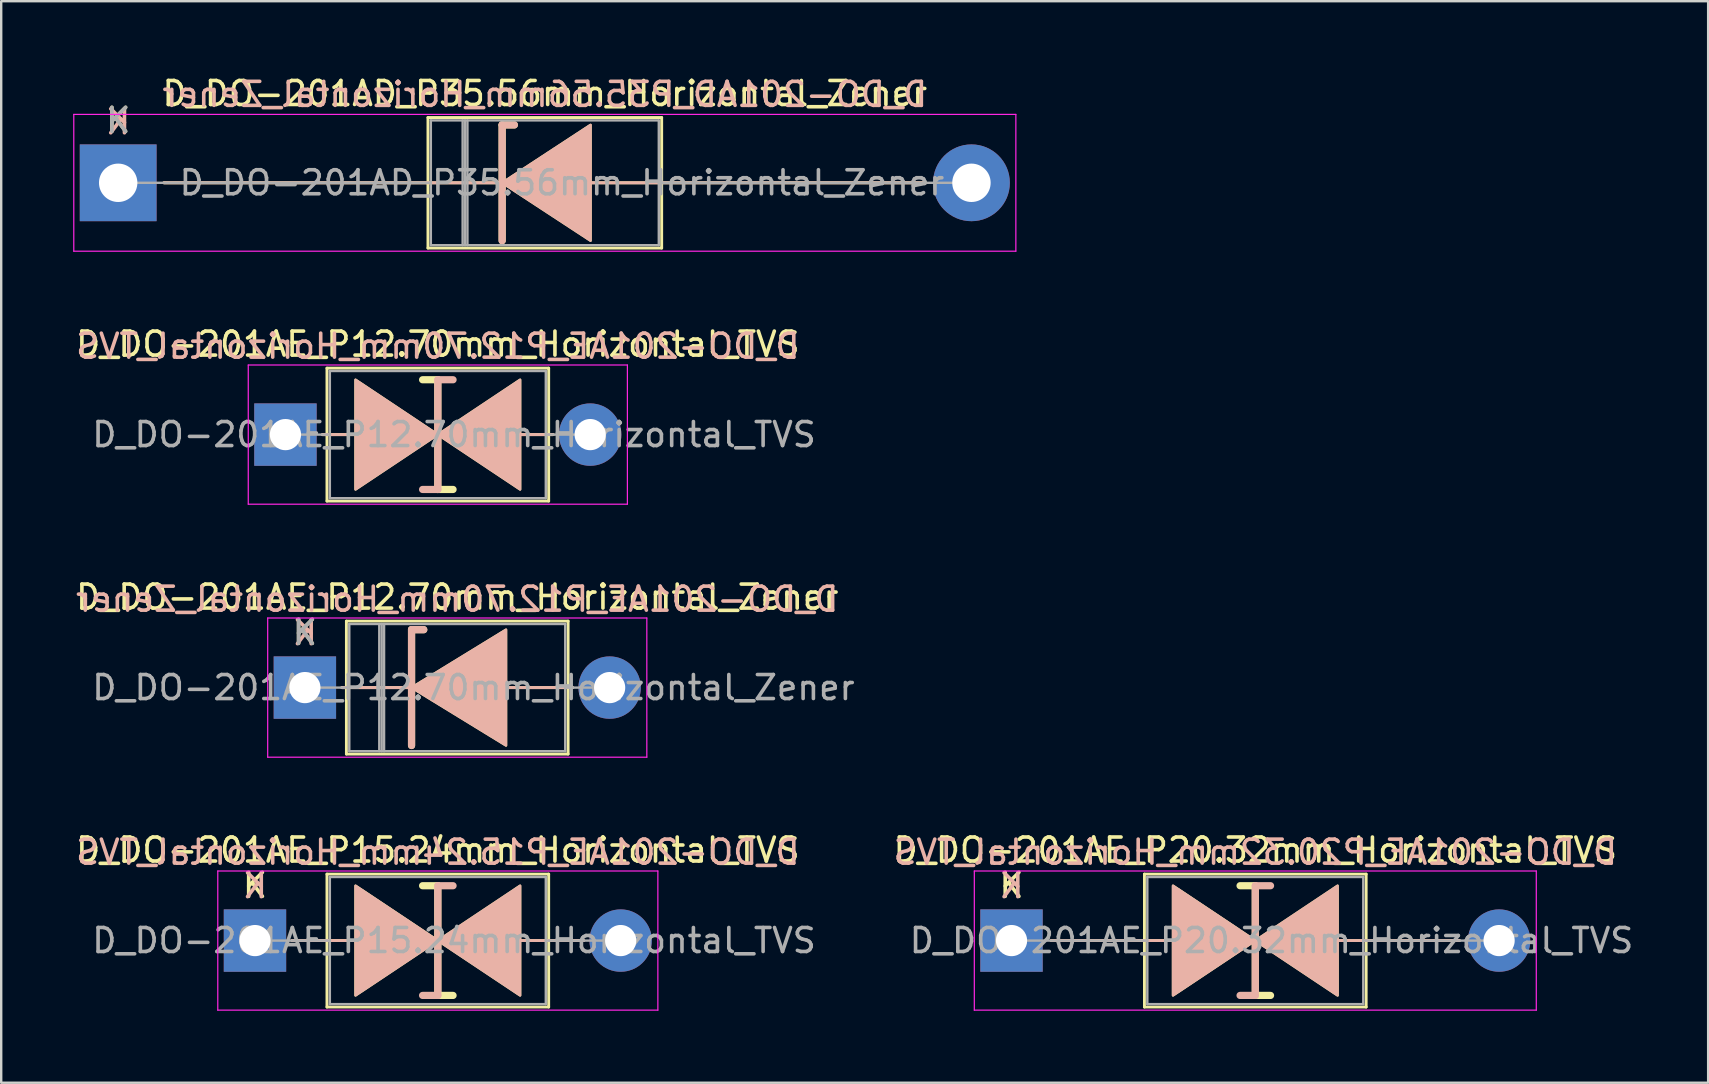
<source format=kicad_pcb>
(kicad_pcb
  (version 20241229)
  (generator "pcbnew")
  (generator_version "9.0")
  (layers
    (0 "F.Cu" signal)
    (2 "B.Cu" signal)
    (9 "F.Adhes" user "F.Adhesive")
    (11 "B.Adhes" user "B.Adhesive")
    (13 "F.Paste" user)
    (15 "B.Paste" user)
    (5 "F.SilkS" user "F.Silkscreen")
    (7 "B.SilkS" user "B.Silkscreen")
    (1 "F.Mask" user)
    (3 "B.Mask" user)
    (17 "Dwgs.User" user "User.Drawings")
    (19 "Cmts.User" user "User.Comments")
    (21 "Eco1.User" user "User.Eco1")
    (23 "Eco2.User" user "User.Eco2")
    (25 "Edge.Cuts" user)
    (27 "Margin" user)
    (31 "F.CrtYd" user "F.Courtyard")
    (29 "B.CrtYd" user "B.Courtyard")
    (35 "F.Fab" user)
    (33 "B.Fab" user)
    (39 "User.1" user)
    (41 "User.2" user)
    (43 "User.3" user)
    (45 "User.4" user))
  (footprint "D_DO-201AE_P15.24mm_Horizontal_TVS"
    (layer "F.Cu")
    (at 7.576 36.148)
    (property "Reference" "D_DO-201AE_P15.24mm_Horizontal_TVS" (at 7.62 -3.77 0) (layer "F.SilkS") (effects (font (size 1 1) (thickness 0.15))))
    (fp_line (start 1.54 0) (end 3 0) (stroke (width 0.12) (type solid)) (layer "F.SilkS"))
    (fp_line (start 3 -2.77) (end 3 2.77) (stroke (width 0.12) (type solid)) (layer "F.SilkS"))
    (fp_line (start 3 0) (end 4.191 0) (stroke (width 0.12) (type solid)) (layer "F.SilkS"))
    (fp_line (start 3 2.77) (end 12.24 2.77) (stroke (width 0.12) (type solid)) (layer "F.SilkS"))
    (fp_line (start 7.62 -2.286) (end 6.985 -2.286) (stroke (width 0.3) (type solid)) (layer "F.SilkS"))
    (fp_line (start 7.62 2.286) (end 7.62 -2.286) (stroke (width 0.3) (type solid)) (layer "F.SilkS"))
    (fp_line (start 8.255 2.286) (end 7.62 2.286) (stroke (width 0.3) (type solid)) (layer "F.SilkS"))
    (fp_line (start 11.049 0) (end 12.24 0) (stroke (width 0.12) (type solid)) (layer "F.SilkS"))
    (fp_line (start 12.24 -2.77) (end 3 -2.77) (stroke (width 0.12) (type solid)) (layer "F.SilkS"))
    (fp_line (start 12.24 2.77) (end 12.24 -2.77) (stroke (width 0.12) (type solid)) (layer "F.SilkS"))
    (fp_line (start 13.7 0) (end 12.24 0) (stroke (width 0.12) (type solid)) (layer "F.SilkS"))
    (fp_poly (pts (xy 7.62 0) (xy 4.191 2.286) (xy 4.191 -2.286)) (stroke (width 0.1) (type solid)) (fill yes) (layer "F.SilkS"))
    (fp_poly (pts (xy 7.62 0) (xy 11.049 -2.286) (xy 11.049 2.286)) (stroke (width 0.1) (type solid)) (fill yes) (layer "F.SilkS"))
    (fp_line (start 1.54 0) (end 3 0) (stroke (width 0.12) (type solid)) (layer "B.SilkS"))
    (fp_line (start 3 0) (end 4.191 0) (stroke (width 0.12) (type solid)) (layer "B.SilkS"))
    (fp_line (start 7.62 -2.286) (end 7.62 2.286) (stroke (width 0.3) (type solid)) (layer "B.SilkS"))
    (fp_line (start 7.62 2.286) (end 6.985 2.286) (stroke (width 0.3) (type solid)) (layer "B.SilkS"))
    (fp_line (start 8.255 -2.286) (end 7.62 -2.286) (stroke (width 0.3) (type solid)) (layer "B.SilkS"))
    (fp_line (start 11.049 0) (end 12.24 0) (stroke (width 0.12) (type solid)) (layer "B.SilkS"))
    (fp_line (start 13.7 0) (end 12.24 0) (stroke (width 0.12) (type solid)) (layer "B.SilkS"))
    (fp_poly (pts (xy 7.62 0) (xy 4.191 -2.286) (xy 4.191 2.286)) (stroke (width 0.1) (type solid)) (fill yes) (layer "B.SilkS"))
    (fp_poly (pts (xy 7.62 0) (xy 11.049 2.286) (xy 11.049 -2.286)) (stroke (width 0.1) (type solid)) (fill yes) (layer "B.SilkS"))
    (fp_line (start -1.55 -2.9) (end -1.55 2.9) (stroke (width 0.05) (type solid)) (layer "F.CrtYd"))
    (fp_line (start -1.55 2.9) (end 16.79 2.9) (stroke (width 0.05) (type solid)) (layer "F.CrtYd"))
    (fp_line (start 16.79 -2.9) (end -1.55 -2.9) (stroke (width 0.05) (type solid)) (layer "F.CrtYd"))
    (fp_line (start 16.79 2.9) (end 16.79 -2.9) (stroke (width 0.05) (type solid)) (layer "F.CrtYd"))
    (fp_line (start 0 0) (end 3.12 0) (stroke (width 0.1) (type solid)) (layer "F.Fab"))
    (fp_line (start 3.12 -2.65) (end 3.12 2.65) (stroke (width 0.1) (type solid)) (layer "F.Fab"))
    (fp_line (start 3.12 2.65) (end 12.12 2.65) (stroke (width 0.1) (type solid)) (layer "F.Fab"))
    (fp_line (start 12.12 -2.65) (end 3.12 -2.65) (stroke (width 0.1) (type solid)) (layer "F.Fab"))
    (fp_line (start 12.12 2.65) (end 12.12 -2.65) (stroke (width 0.1) (type solid)) (layer "F.Fab"))
    (fp_line (start 15.24 0) (end 12.12 0) (stroke (width 0.1) (type solid)) (layer "F.Fab"))
    (fp_text user "K" (at 0 -2.3 0) (layer "F.SilkS") (effects (font (size 1 1) (thickness 0.15))))
    (fp_text user "K" (at 0 -2.286 0) (layer "B.SilkS") (effects (font (size 1 1) (thickness 0.15)) (justify mirror)))
    (fp_text user "${REFERENCE}" (at 7.62 -3.683 0) (layer "B.SilkS") (effects (font (size 1 1) (thickness 0.15)) (justify mirror)))
    (fp_text user "${REFERENCE}" (at 8.295 0 0) (layer "F.Fab") (effects (font (size 1 1) (thickness 0.15))))
    (pad "1" thru_hole rect (at 0 0) (size 2.6 2.6) (drill 1.3) (layers "*.Cu" "*.Mask"))
    (pad "2" thru_hole oval (at 15.24 0) (size 2.6 2.6) (drill 1.3) (layers "*.Cu" "*.Mask")))
  (footprint "D_DO-201AE_P20.32mm_Horizontal_TVS"
    (layer "F.Cu")
    (at 39.104 36.148)
    (property "Reference" "D_DO-201AE_P20.32mm_Horizontal_TVS" (at 10.16 -3.77 0) (layer "F.SilkS") (effects (font (size 1 1) (thickness 0.15))))
    (fp_line (start 1.651 0) (end 5.54 0) (stroke (width 0.12) (type solid)) (layer "F.SilkS"))
    (fp_line (start 5.54 -2.77) (end 5.54 2.77) (stroke (width 0.12) (type solid)) (layer "F.SilkS"))
    (fp_line (start 5.54 0) (end 6.731 0) (stroke (width 0.12) (type solid)) (layer "F.SilkS"))
    (fp_line (start 5.54 2.77) (end 14.78 2.77) (stroke (width 0.12) (type solid)) (layer "F.SilkS"))
    (fp_line (start 10.16 -2.286) (end 9.525 -2.286) (stroke (width 0.3) (type solid)) (layer "F.SilkS"))
    (fp_line (start 10.16 2.286) (end 10.16 -2.286) (stroke (width 0.3) (type solid)) (layer "F.SilkS"))
    (fp_line (start 10.795 2.286) (end 10.16 2.286) (stroke (width 0.3) (type solid)) (layer "F.SilkS"))
    (fp_line (start 13.589 0) (end 14.78 0) (stroke (width 0.12) (type solid)) (layer "F.SilkS"))
    (fp_line (start 14.78 -2.77) (end 5.54 -2.77) (stroke (width 0.12) (type solid)) (layer "F.SilkS"))
    (fp_line (start 14.78 2.77) (end 14.78 -2.77) (stroke (width 0.12) (type solid)) (layer "F.SilkS"))
    (fp_line (start 18.669 0) (end 14.78 0) (stroke (width 0.12) (type solid)) (layer "F.SilkS"))
    (fp_poly (pts (xy 10.16 0) (xy 6.731 2.286) (xy 6.731 -2.286)) (stroke (width 0.1) (type solid)) (fill yes) (layer "F.SilkS"))
    (fp_poly (pts (xy 10.16 0) (xy 13.589 -2.286) (xy 13.589 2.286)) (stroke (width 0.1) (type solid)) (fill yes) (layer "F.SilkS"))
    (fp_line (start 1.651 0) (end 5.54 0) (stroke (width 0.12) (type solid)) (layer "B.SilkS"))
    (fp_line (start 5.54 0) (end 6.731 0) (stroke (width 0.12) (type solid)) (layer "B.SilkS"))
    (fp_line (start 10.16 -2.286) (end 10.16 2.286) (stroke (width 0.3) (type solid)) (layer "B.SilkS"))
    (fp_line (start 10.16 2.286) (end 9.525 2.286) (stroke (width 0.3) (type solid)) (layer "B.SilkS"))
    (fp_line (start 10.795 -2.286) (end 10.16 -2.286) (stroke (width 0.3) (type solid)) (layer "B.SilkS"))
    (fp_line (start 13.589 0) (end 14.78 0) (stroke (width 0.12) (type solid)) (layer "B.SilkS"))
    (fp_line (start 18.669 0) (end 14.78 0) (stroke (width 0.12) (type solid)) (layer "B.SilkS"))
    (fp_poly (pts (xy 10.16 0) (xy 6.731 -2.286) (xy 6.731 2.286)) (stroke (width 0.1) (type solid)) (fill yes) (layer "B.SilkS"))
    (fp_poly (pts (xy 10.16 0) (xy 13.589 2.286) (xy 13.589 -2.286)) (stroke (width 0.1) (type solid)) (fill yes) (layer "B.SilkS"))
    (fp_line (start -1.55 -2.9) (end -1.55 2.9) (stroke (width 0.05) (type solid)) (layer "F.CrtYd"))
    (fp_line (start -1.55 2.9) (end 21.87 2.9) (stroke (width 0.05) (type solid)) (layer "F.CrtYd"))
    (fp_line (start 21.87 -2.9) (end -1.55 -2.9) (stroke (width 0.05) (type solid)) (layer "F.CrtYd"))
    (fp_line (start 21.87 2.9) (end 21.87 -2.9) (stroke (width 0.05) (type solid)) (layer "F.CrtYd"))
    (fp_line (start 0 0) (end 5.66 0) (stroke (width 0.1) (type solid)) (layer "F.Fab"))
    (fp_line (start 5.66 -2.65) (end 5.66 2.65) (stroke (width 0.1) (type solid)) (layer "F.Fab"))
    (fp_line (start 5.66 2.65) (end 14.66 2.65) (stroke (width 0.1) (type solid)) (layer "F.Fab"))
    (fp_line (start 14.66 -2.65) (end 5.66 -2.65) (stroke (width 0.1) (type solid)) (layer "F.Fab"))
    (fp_line (start 14.66 2.65) (end 14.66 -2.65) (stroke (width 0.1) (type solid)) (layer "F.Fab"))
    (fp_line (start 20.32 0) (end 14.66 0) (stroke (width 0.1) (type solid)) (layer "F.Fab"))
    (fp_text user "K" (at 0 -2.3 0) (layer "F.SilkS") (effects (font (size 1 1) (thickness 0.15))))
    (fp_text user "K" (at 0 -2.286 0) (layer "B.SilkS") (effects (font (size 1 1) (thickness 0.15)) (justify mirror)))
    (fp_text user "${REFERENCE}" (at 10.16 -3.683 0) (layer "B.SilkS") (effects (font (size 1 1) (thickness 0.15)) (justify mirror)))
    (fp_text user "${REFERENCE}" (at 10.835 0 0) (layer "F.Fab") (effects (font (size 1 1) (thickness 0.15))))
    (pad "1" thru_hole rect (at 0 0) (size 2.6 2.6) (drill 1.3) (layers "*.Cu" "*.Mask"))
    (pad "2" thru_hole oval (at 20.32 0) (size 2.6 2.6) (drill 1.3) (layers "*.Cu" "*.Mask")))
  (footprint "D_DO-201AD_P35.56mm_Horizontal_Zener"
    (layer "F.Cu")
    (at 1.875 4.568)
    (property "Reference" "D_DO-201AD_P35.56mm_Horizontal_Zener" (at 17.78 -3.72 0) (layer "F.SilkS") (effects (font (size 1 1) (thickness 0.15))))
    (fp_line (start 1.905 0) (end 12.91 0) (stroke (width 0.12) (type solid)) (layer "F.SilkS"))
    (fp_line (start 12.91 -2.72) (end 12.91 2.72) (stroke (width 0.12) (type solid)) (layer "F.SilkS"))
    (fp_line (start 12.91 2.72) (end 22.65 2.72) (stroke (width 0.12) (type solid)) (layer "F.SilkS"))
    (fp_line (start 15.875 0) (end 12.91 0) (stroke (width 0.12) (type solid)) (layer "F.SilkS"))
    (fp_line (start 16.002 -2.413) (end 16.002 2.413) (stroke (width 0.3) (type solid)) (layer "F.SilkS"))
    (fp_line (start 16.002 -2.413) (end 16.51 -2.413) (stroke (width 0.3) (type solid)) (layer "F.SilkS"))
    (fp_line (start 19.685 0) (end 22.65 0) (stroke (width 0.12) (type solid)) (layer "F.SilkS"))
    (fp_line (start 22.65 -2.72) (end 12.91 -2.72) (stroke (width 0.12) (type solid)) (layer "F.SilkS"))
    (fp_line (start 22.65 2.72) (end 22.65 -2.72) (stroke (width 0.12) (type solid)) (layer "F.SilkS"))
    (fp_line (start 33.655 0) (end 22.65 0) (stroke (width 0.12) (type solid)) (layer "F.SilkS"))
    (fp_poly (pts (xy 19.685 2.413) (xy 16.002 0) (xy 19.685 -2.413)) (stroke (width 0.1) (type solid)) (fill yes) (layer "F.SilkS"))
    (fp_line (start 1.905 0) (end 12.91 0) (stroke (width 0.12) (type solid)) (layer "B.SilkS"))
    (fp_line (start 15.875 0) (end 12.91 0) (stroke (width 0.12) (type solid)) (layer "B.SilkS"))
    (fp_line (start 16.002 -2.413) (end 16.51 -2.413) (stroke (width 0.3) (type solid)) (layer "B.SilkS"))
    (fp_line (start 16.002 2.413) (end 16.002 -2.413) (stroke (width 0.3) (type solid)) (layer "B.SilkS"))
    (fp_line (start 19.685 0) (end 22.65 0) (stroke (width 0.12) (type solid)) (layer "B.SilkS"))
    (fp_line (start 33.655 0) (end 22.65 0) (stroke (width 0.12) (type solid)) (layer "B.SilkS"))
    (fp_poly (pts (xy 19.685 -2.413) (xy 16.002 0) (xy 19.685 2.413)) (stroke (width 0.1) (type solid)) (fill yes) (layer "B.SilkS"))
    (fp_line (start -1.85 -2.85) (end -1.85 2.85) (stroke (width 0.05) (type solid)) (layer "F.CrtYd"))
    (fp_line (start -1.85 2.85) (end 37.41 2.85) (stroke (width 0.05) (type solid)) (layer "F.CrtYd"))
    (fp_line (start 37.41 -2.85) (end -1.85 -2.85) (stroke (width 0.05) (type solid)) (layer "F.CrtYd"))
    (fp_line (start 37.41 2.85) (end 37.41 -2.85) (stroke (width 0.05) (type solid)) (layer "F.CrtYd"))
    (fp_line (start 0 0) (end 13.03 0) (stroke (width 0.1) (type solid)) (layer "F.Fab"))
    (fp_line (start 13.03 -2.6) (end 13.03 2.6) (stroke (width 0.1) (type solid)) (layer "F.Fab"))
    (fp_line (start 13.03 2.6) (end 22.53 2.6) (stroke (width 0.1) (type solid)) (layer "F.Fab"))
    (fp_line (start 14.355 -2.6) (end 14.355 2.6) (stroke (width 0.1) (type solid)) (layer "F.Fab"))
    (fp_line (start 14.455 -2.6) (end 14.455 2.6) (stroke (width 0.1) (type solid)) (layer "F.Fab"))
    (fp_line (start 14.555 -2.6) (end 14.555 2.6) (stroke (width 0.1) (type solid)) (layer "F.Fab"))
    (fp_line (start 22.53 -2.6) (end 13.03 -2.6) (stroke (width 0.1) (type solid)) (layer "F.Fab"))
    (fp_line (start 22.53 2.6) (end 22.53 -2.6) (stroke (width 0.1) (type solid)) (layer "F.Fab"))
    (fp_line (start 35.56 0) (end 22.53 0) (stroke (width 0.1) (type solid)) (layer "F.Fab"))
    (fp_text user "K" (at 0 -2.6 0) (layer "F.SilkS") (effects (font (size 1 1) (thickness 0.15))))
    (fp_text user "${REFERENCE}" (at 17.78 -3.683 0) (layer "B.SilkS") (effects (font (size 1 1) (thickness 0.15)) (justify mirror)))
    (fp_text user "K" (at 0 -2.54 0) (layer "B.SilkS") (effects (font (size 1 1) (thickness 0.15)) (justify mirror)))
    (fp_text user "K" (at 0 -2.6 0) (layer "F.Fab") (effects (font (size 1 1) (thickness 0.15))))
    (fp_text user "${REFERENCE}" (at 18.492 0 0) (layer "F.Fab") (effects (font (size 1 1) (thickness 0.15))))
    (pad "1" thru_hole rect (at 0 0) (size 3.2 3.2) (drill 1.6) (layers "*.Cu" "*.Mask"))
    (pad "2" thru_hole oval (at 35.56 0) (size 3.2 3.2) (drill 1.6) (layers "*.Cu" "*.Mask")))
  (footprint "D_DO-201AE_P12.70mm_Horizontal_TVS"
    (layer "F.Cu")
    (at 8.846 15.062)
    (property "Reference" "D_DO-201AE_P12.70mm_Horizontal_TVS" (at 6.35 -3.77 0) (layer "F.SilkS") (effects (font (size 1 1) (thickness 0.15))))
    (fp_line (start 1.54 0) (end 1.73 0) (stroke (width 0.12) (type solid)) (layer "F.SilkS"))
    (fp_line (start 1.73 -2.77) (end 1.73 2.77) (stroke (width 0.12) (type solid)) (layer "F.SilkS"))
    (fp_line (start 1.73 0) (end 2.921 0) (stroke (width 0.12) (type solid)) (layer "F.SilkS"))
    (fp_line (start 1.73 2.77) (end 10.97 2.77) (stroke (width 0.12) (type solid)) (layer "F.SilkS"))
    (fp_line (start 6.35 -2.286) (end 5.715 -2.286) (stroke (width 0.3) (type solid)) (layer "F.SilkS"))
    (fp_line (start 6.35 2.286) (end 6.35 -2.286) (stroke (width 0.3) (type solid)) (layer "F.SilkS"))
    (fp_line (start 6.985 2.286) (end 6.35 2.286) (stroke (width 0.3) (type solid)) (layer "F.SilkS"))
    (fp_line (start 9.779 0) (end 10.97 0) (stroke (width 0.12) (type solid)) (layer "F.SilkS"))
    (fp_line (start 10.97 -2.77) (end 1.73 -2.77) (stroke (width 0.12) (type solid)) (layer "F.SilkS"))
    (fp_line (start 10.97 2.77) (end 10.97 -2.77) (stroke (width 0.12) (type solid)) (layer "F.SilkS"))
    (fp_line (start 11.16 0) (end 10.97 0) (stroke (width 0.12) (type solid)) (layer "F.SilkS"))
    (fp_poly (pts (xy 6.35 0) (xy 2.921 2.286) (xy 2.921 -2.286)) (stroke (width 0.1) (type solid)) (fill yes) (layer "F.SilkS"))
    (fp_poly (pts (xy 6.35 0) (xy 9.779 -2.286) (xy 9.779 2.286)) (stroke (width 0.1) (type solid)) (fill yes) (layer "F.SilkS"))
    (fp_line (start 1.54 0) (end 1.73 0) (stroke (width 0.12) (type solid)) (layer "B.SilkS"))
    (fp_line (start 1.73 0) (end 2.921 0) (stroke (width 0.12) (type solid)) (layer "B.SilkS"))
    (fp_line (start 6.35 -2.286) (end 6.35 2.286) (stroke (width 0.3) (type solid)) (layer "B.SilkS"))
    (fp_line (start 6.35 2.286) (end 5.715 2.286) (stroke (width 0.3) (type solid)) (layer "B.SilkS"))
    (fp_line (start 6.985 -2.286) (end 6.35 -2.286) (stroke (width 0.3) (type solid)) (layer "B.SilkS"))
    (fp_line (start 9.779 0) (end 10.97 0) (stroke (width 0.12) (type solid)) (layer "B.SilkS"))
    (fp_line (start 11.16 0) (end 10.97 0) (stroke (width 0.12) (type solid)) (layer "B.SilkS"))
    (fp_poly (pts (xy 6.35 0) (xy 2.921 -2.286) (xy 2.921 2.286)) (stroke (width 0.1) (type solid)) (fill yes) (layer "B.SilkS"))
    (fp_poly (pts (xy 6.35 0) (xy 9.779 2.286) (xy 9.779 -2.286)) (stroke (width 0.1) (type solid)) (fill yes) (layer "B.SilkS"))
    (fp_line (start -1.55 -2.9) (end -1.55 2.9) (stroke (width 0.05) (type solid)) (layer "F.CrtYd"))
    (fp_line (start -1.55 2.9) (end 14.25 2.9) (stroke (width 0.05) (type solid)) (layer "F.CrtYd"))
    (fp_line (start 14.25 -2.9) (end -1.55 -2.9) (stroke (width 0.05) (type solid)) (layer "F.CrtYd"))
    (fp_line (start 14.25 2.9) (end 14.25 -2.9) (stroke (width 0.05) (type solid)) (layer "F.CrtYd"))
    (fp_line (start 0 0) (end 1.85 0) (stroke (width 0.1) (type solid)) (layer "F.Fab"))
    (fp_line (start 1.85 -2.65) (end 1.85 2.65) (stroke (width 0.1) (type solid)) (layer "F.Fab"))
    (fp_line (start 1.85 2.65) (end 10.85 2.65) (stroke (width 0.1) (type solid)) (layer "F.Fab"))
    (fp_line (start 10.85 -2.65) (end 1.85 -2.65) (stroke (width 0.1) (type solid)) (layer "F.Fab"))
    (fp_line (start 10.85 2.65) (end 10.85 -2.65) (stroke (width 0.1) (type solid)) (layer "F.Fab"))
    (fp_line (start 12.7 0) (end 10.85 0) (stroke (width 0.1) (type solid)) (layer "F.Fab"))
    (fp_text user "${REFERENCE}" (at 6.35 -3.683 0) (layer "B.SilkS") (effects (font (size 1 1) (thickness 0.15)) (justify mirror)))
    (fp_text user "${REFERENCE}" (at 7.025 0 0) (layer "F.Fab") (effects (font (size 1 1) (thickness 0.15))))
    (pad "1" thru_hole rect (at 0 0) (size 2.6 2.6) (drill 1.3) (layers "*.Cu" "*.Mask"))
    (pad "2" thru_hole oval (at 12.7 0) (size 2.6 2.6) (drill 1.3) (layers "*.Cu" "*.Mask")))
  (footprint "D_DO-201AE_P12.70mm_Horizontal_Zener"
    (layer "F.Cu")
    (at 9.656 25.605)
    (property "Reference" "D_DO-201AE_P12.70mm_Horizontal_Zener" (at 6.35 -3.77 0) (layer "F.SilkS") (effects (font (size 1 1) (thickness 0.15))))
    (fp_line (start 1.54 0) (end 1.73 0) (stroke (width 0.12) (type solid)) (layer "F.SilkS"))
    (fp_line (start 1.73 -2.77) (end 1.73 2.77) (stroke (width 0.12) (type solid)) (layer "F.SilkS"))
    (fp_line (start 1.73 2.77) (end 10.97 2.77) (stroke (width 0.12) (type solid)) (layer "F.SilkS"))
    (fp_line (start 4.445 -2.413) (end 4.445 2.413) (stroke (width 0.3) (type solid)) (layer "F.SilkS"))
    (fp_line (start 4.445 -2.413) (end 4.953 -2.413) (stroke (width 0.3) (type solid)) (layer "F.SilkS"))
    (fp_line (start 4.699 0) (end 1.73 0) (stroke (width 0.12) (type solid)) (layer "F.SilkS"))
    (fp_line (start 8.255 0) (end 10.97 0) (stroke (width 0.12) (type solid)) (layer "F.SilkS"))
    (fp_line (start 10.97 -2.77) (end 1.73 -2.77) (stroke (width 0.12) (type solid)) (layer "F.SilkS"))
    (fp_line (start 10.97 2.77) (end 10.97 -2.77) (stroke (width 0.12) (type solid)) (layer "F.SilkS"))
    (fp_line (start 11.16 0) (end 10.97 0) (stroke (width 0.12) (type solid)) (layer "F.SilkS"))
    (fp_poly (pts (xy 8.382 2.413) (xy 4.445 0) (xy 8.382 -2.413)) (stroke (width 0.1) (type solid)) (fill yes) (layer "F.SilkS"))
    (fp_line (start 1.54 0) (end 1.73 0) (stroke (width 0.12) (type solid)) (layer "B.SilkS"))
    (fp_line (start 4.445 -2.413) (end 4.953 -2.413) (stroke (width 0.3) (type solid)) (layer "B.SilkS"))
    (fp_line (start 4.445 2.413) (end 4.445 -2.413) (stroke (width 0.3) (type solid)) (layer "B.SilkS"))
    (fp_line (start 4.699 0) (end 1.73 0) (stroke (width 0.12) (type solid)) (layer "B.SilkS"))
    (fp_line (start 8.255 0) (end 10.97 0) (stroke (width 0.12) (type solid)) (layer "B.SilkS"))
    (fp_line (start 11.16 0) (end 10.97 0) (stroke (width 0.12) (type solid)) (layer "B.SilkS"))
    (fp_poly (pts (xy 8.382 -2.413) (xy 4.445 0) (xy 8.382 2.413)) (stroke (width 0.1) (type solid)) (fill yes) (layer "B.SilkS"))
    (fp_line (start -1.55 -2.9) (end -1.55 2.9) (stroke (width 0.05) (type solid)) (layer "F.CrtYd"))
    (fp_line (start -1.55 2.9) (end 14.25 2.9) (stroke (width 0.05) (type solid)) (layer "F.CrtYd"))
    (fp_line (start 14.25 -2.9) (end -1.55 -2.9) (stroke (width 0.05) (type solid)) (layer "F.CrtYd"))
    (fp_line (start 14.25 2.9) (end 14.25 -2.9) (stroke (width 0.05) (type solid)) (layer "F.CrtYd"))
    (fp_line (start 0 0) (end 1.85 0) (stroke (width 0.1) (type solid)) (layer "F.Fab"))
    (fp_line (start 1.85 -2.65) (end 1.85 2.65) (stroke (width 0.1) (type solid)) (layer "F.Fab"))
    (fp_line (start 1.85 2.65) (end 10.85 2.65) (stroke (width 0.1) (type solid)) (layer "F.Fab"))
    (fp_line (start 3.1 -2.65) (end 3.1 2.65) (stroke (width 0.1) (type solid)) (layer "F.Fab"))
    (fp_line (start 3.2 -2.65) (end 3.2 2.65) (stroke (width 0.1) (type solid)) (layer "F.Fab"))
    (fp_line (start 3.3 -2.65) (end 3.3 2.65) (stroke (width 0.1) (type solid)) (layer "F.Fab"))
    (fp_line (start 10.85 -2.65) (end 1.85 -2.65) (stroke (width 0.1) (type solid)) (layer "F.Fab"))
    (fp_line (start 10.85 2.65) (end 10.85 -2.65) (stroke (width 0.1) (type solid)) (layer "F.Fab"))
    (fp_line (start 12.7 0) (end 10.85 0) (stroke (width 0.1) (type solid)) (layer "F.Fab"))
    (fp_text user "K" (at 0 -2.3 0) (layer "F.SilkS") (effects (font (size 1 1) (thickness 0.15))))
    (fp_text user "${REFERENCE}" (at 6.35 -3.683 0) (layer "B.SilkS") (effects (font (size 1 1) (thickness 0.15)) (justify mirror)))
    (fp_text user "K" (at 0 -2.286 0) (layer "B.SilkS") (effects (font (size 1 1) (thickness 0.15)) (justify mirror)))
    (fp_text user "${REFERENCE}" (at 7.025 0 0) (layer "F.Fab") (effects (font (size 1 1) (thickness 0.15))))
    (fp_text user "K" (at 0 -2.3 0) (layer "F.Fab") (effects (font (size 1 1) (thickness 0.15))))
    (pad "1" thru_hole rect (at 0 0) (size 2.6 2.6) (drill 1.3) (layers "*.Cu" "*.Mask"))
    (pad "2" thru_hole oval (at 12.7 0) (size 2.6 2.6) (drill 1.3) (layers "*.Cu" "*.Mask")))
  (gr_rect
    (start -3 -3)
    (end 68.136 42.073)
    (stroke (width 0.1) (type default))
    (fill no)
    (layer "Edge.Cuts")))
</source>
